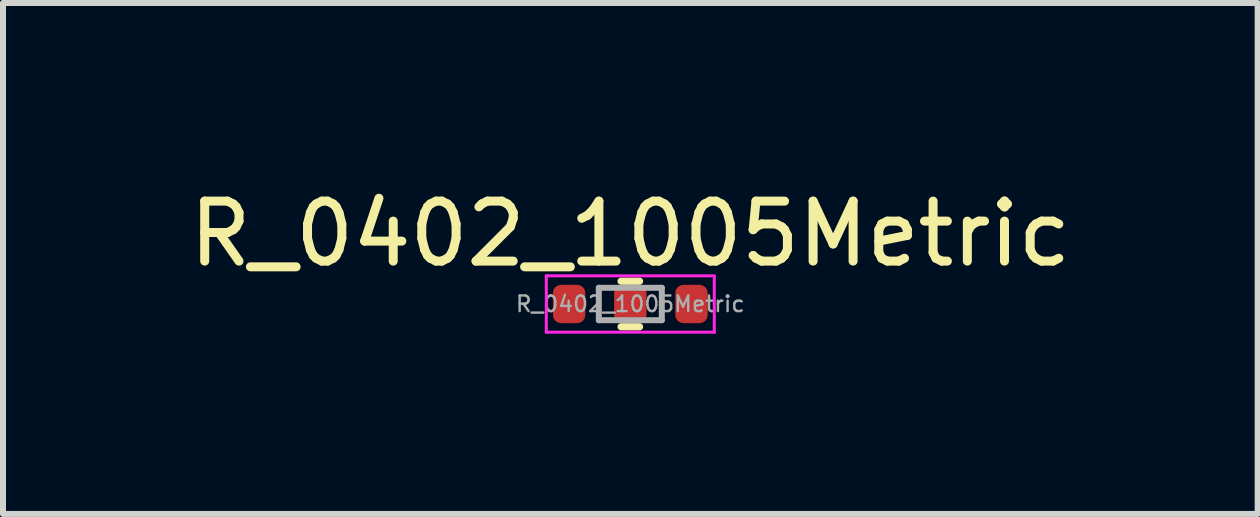
<source format=kicad_pcb>
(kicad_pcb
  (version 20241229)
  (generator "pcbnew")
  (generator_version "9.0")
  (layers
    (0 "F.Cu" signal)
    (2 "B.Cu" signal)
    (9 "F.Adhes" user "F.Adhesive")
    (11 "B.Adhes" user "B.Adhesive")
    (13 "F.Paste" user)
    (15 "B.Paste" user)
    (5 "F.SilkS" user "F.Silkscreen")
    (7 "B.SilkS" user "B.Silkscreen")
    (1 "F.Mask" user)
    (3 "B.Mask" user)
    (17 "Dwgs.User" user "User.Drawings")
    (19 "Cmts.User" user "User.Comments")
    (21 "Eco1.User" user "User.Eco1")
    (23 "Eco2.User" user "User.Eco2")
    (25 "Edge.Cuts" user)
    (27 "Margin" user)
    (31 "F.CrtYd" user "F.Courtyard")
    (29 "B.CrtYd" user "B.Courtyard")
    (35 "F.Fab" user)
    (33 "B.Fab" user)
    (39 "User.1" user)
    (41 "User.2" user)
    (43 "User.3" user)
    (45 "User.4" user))
  (footprint "R_0402_1005Metric"
    (layer "F.Cu")
    (at 7.458 2.018)
    (property "Reference" "R_0402_1005Metric" (at 0 -1.17 0) (layer "F.SilkS") (effects (font (size 1 1) (thickness 0.15))))
    (attr smd)
    (fp_line (start -0.154 -0.38) (end 0.154 -0.38) (stroke (width 0.12) (type solid)) (layer "F.SilkS"))
    (fp_line (start -0.154 0.38) (end 0.154 0.38) (stroke (width 0.12) (type solid)) (layer "F.SilkS"))
    (fp_line (start -1.4 -0.47) (end 1.4 -0.47) (stroke (width 0.05) (type solid)) (layer "F.CrtYd"))
    (fp_line (start -1.4 0.47) (end -1.4 -0.47) (stroke (width 0.05) (type solid)) (layer "F.CrtYd"))
    (fp_line (start 1.4 -0.465) (end 1.4 0.475) (stroke (width 0.05) (type solid)) (layer "F.CrtYd"))
    (fp_line (start 1.4 0.47) (end -1.4 0.47) (stroke (width 0.05) (type solid)) (layer "F.CrtYd"))
    (fp_line (start -0.525 -0.27) (end 0.525 -0.27) (stroke (width 0.1) (type solid)) (layer "F.Fab"))
    (fp_line (start -0.525 0.27) (end -0.525 -0.27) (stroke (width 0.1) (type solid)) (layer "F.Fab"))
    (fp_line (start 0.525 -0.27) (end 0.525 0.27) (stroke (width 0.1) (type solid)) (layer "F.Fab"))
    (fp_line (start 0.525 0.27) (end -0.525 0.27) (stroke (width 0.1) (type solid)) (layer "F.Fab"))
    (fp_text user "${REFERENCE}" (at 0 0 0) (layer "F.Fab") (effects (font (size 0.26 0.26) (thickness 0.04))))
    (pad "1" smd roundrect (at -1.02 0) (size 0.54 0.64) (layers "F.Cu" "F.Mask" "F.Paste") (roundrect_rratio 0.25))
    (pad "2" smd roundrect (at 0 0) (size 0.54 0.64) (layers "F.Cu" "F.Mask" "F.Paste") (roundrect_rratio 0.25))
    (pad "3" smd roundrect (at 1.02 0) (size 0.54 0.64) (layers "F.Cu" "F.Mask" "F.Paste") (roundrect_rratio 0.25)))
  (gr_rect
    (start -3 -3)
    (end 17.917 5.518)
    (stroke (width 0.1) (type default))
    (fill no)
    (layer "Edge.Cuts")))
</source>
